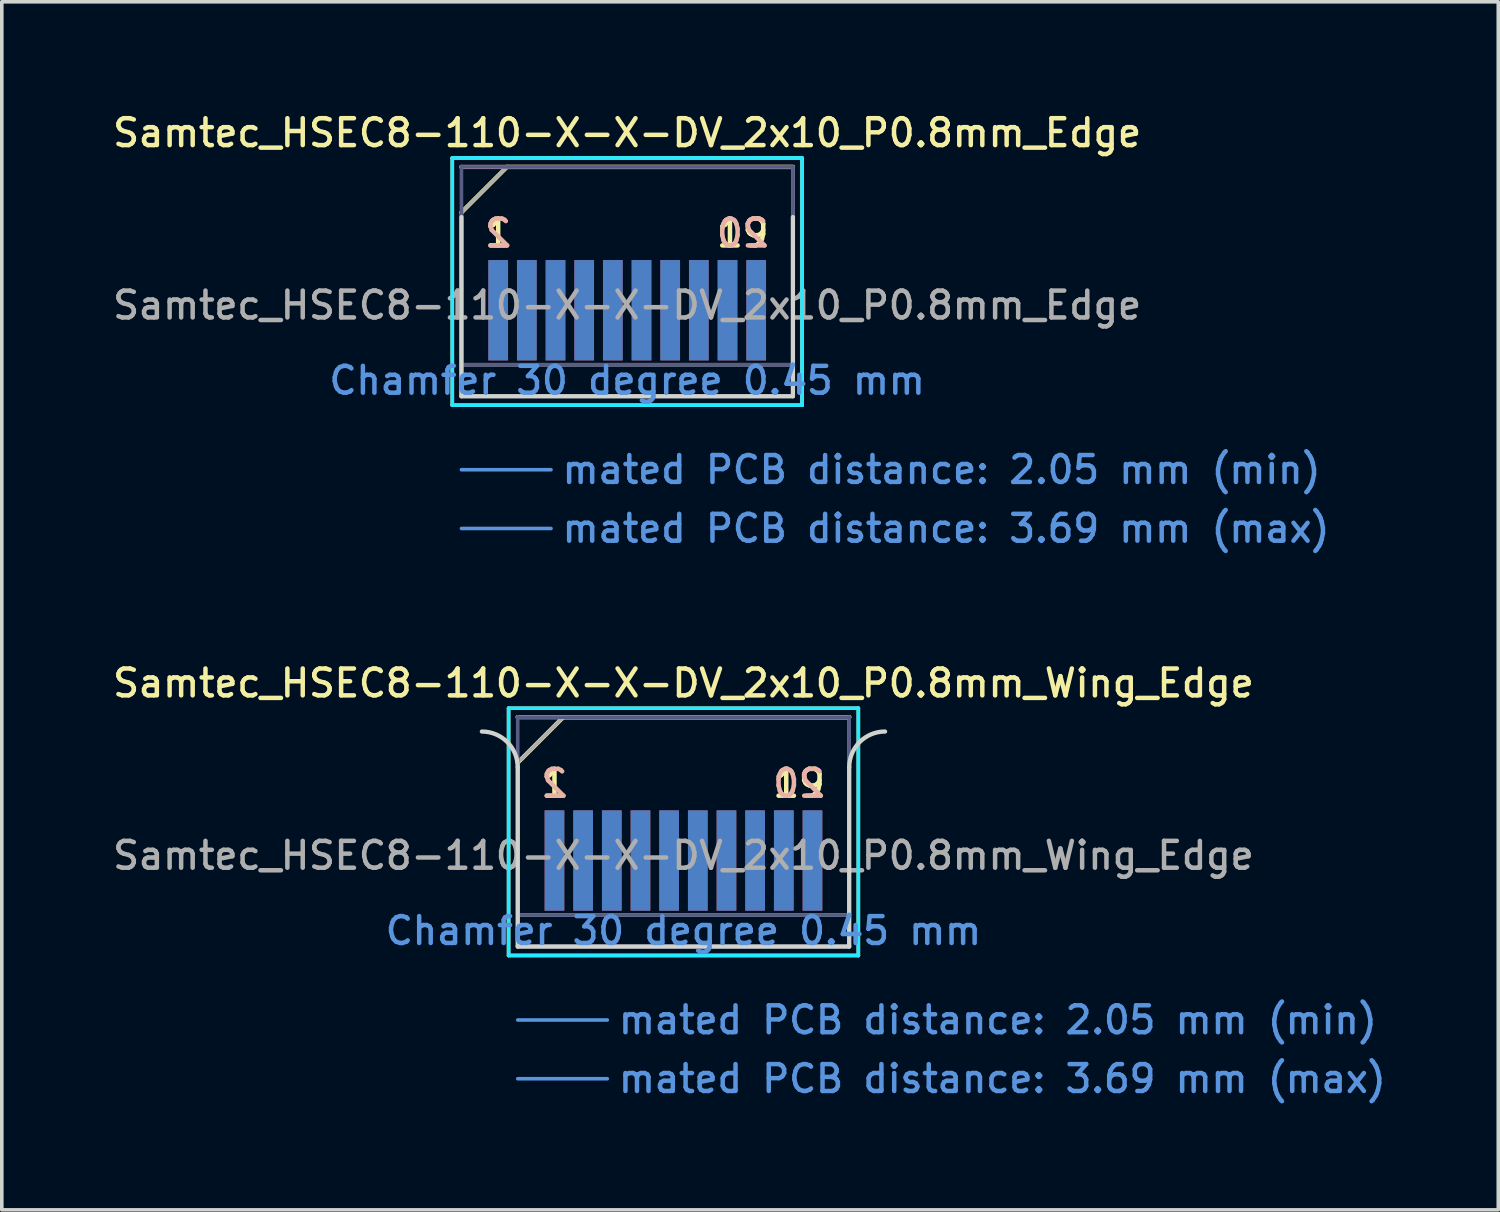
<source format=kicad_pcb>
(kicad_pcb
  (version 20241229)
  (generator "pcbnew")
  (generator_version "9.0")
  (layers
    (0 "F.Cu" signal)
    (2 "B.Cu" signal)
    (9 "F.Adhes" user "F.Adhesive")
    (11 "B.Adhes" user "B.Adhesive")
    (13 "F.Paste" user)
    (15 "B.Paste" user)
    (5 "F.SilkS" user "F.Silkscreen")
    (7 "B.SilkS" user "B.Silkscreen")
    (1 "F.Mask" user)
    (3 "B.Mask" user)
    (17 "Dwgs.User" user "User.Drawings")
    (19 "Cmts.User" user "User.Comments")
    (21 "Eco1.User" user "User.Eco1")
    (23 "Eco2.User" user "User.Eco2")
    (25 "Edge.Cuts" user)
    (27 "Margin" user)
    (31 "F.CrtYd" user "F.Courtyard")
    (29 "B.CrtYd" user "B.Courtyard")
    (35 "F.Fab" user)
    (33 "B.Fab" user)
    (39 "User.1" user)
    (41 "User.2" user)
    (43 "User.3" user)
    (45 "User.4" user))
  (footprint "Samtec_HSEC8-110-X-X-DV_2x10_P0.8mm_Edge"
    (layer "F.Cu")
    (at 14.452 8.008)
    (property "Reference" "Samtec_HSEC8-110-X-X-DV_2x10_P0.8mm_Edge" (at 0 -7.35 0) (layer "F.SilkS") (effects (font (size 0.75 0.75) (thickness 0.125))))
    (attr exclude_from_pos_files exclude_from_bom)
    (fp_line (start -4.88 -6.65) (end -4.88 0.25) (stroke (width 0.1) (type solid)) (layer "F.SilkS"))
    (fp_line (start -4.88 0.25) (end 4.88 0.25) (stroke (width 0.1) (type solid)) (layer "F.SilkS"))
    (fp_line (start -4.625 -5.13) (end -3.355 -6.4) (stroke (width 0.12) (type solid)) (layer "F.SilkS"))
    (fp_line (start -3.355 -6.4) (end 4.625 -6.4) (stroke (width 0.12) (type solid)) (layer "F.SilkS"))
    (fp_line (start 4.88 -6.65) (end -4.88 -6.65) (stroke (width 0.1) (type solid)) (layer "F.SilkS"))
    (fp_line (start 4.88 0.25) (end 4.88 -6.65) (stroke (width 0.1) (type solid)) (layer "F.SilkS"))
    (fp_line (start -4.625 -6.4) (end -4.625 -6.4) (stroke (width 0.12) (type solid)) (layer "B.SilkS"))
    (fp_line (start -4.625 -6.4) (end 4.625 -6.4) (stroke (width 0.12) (type solid)) (layer "B.SilkS"))
    (fp_line (start -4.625 2.05) (end -2.125 2.05) (stroke (width 0.1) (type solid)) (layer "Cmts.User"))
    (fp_line (start -4.625 3.69) (end -2.125 3.69) (stroke (width 0.1) (type solid)) (layer "Cmts.User"))
    (fp_line (start -4.625 -5) (end -4.625 0) (stroke (width 0.12) (type solid)) (layer "Edge.Cuts"))
    (fp_line (start -4.625 0) (end 4.625 0) (stroke (width 0.12) (type solid)) (layer "Edge.Cuts"))
    (fp_line (start 4.625 0) (end 4.625 -5) (stroke (width 0.12) (type solid)) (layer "Edge.Cuts"))
    (fp_line (start -4.88 -6.65) (end -4.88 0.25) (stroke (width 0.1) (type solid)) (layer "B.CrtYd"))
    (fp_line (start -4.88 0.25) (end 4.88 0.25) (stroke (width 0.1) (type solid)) (layer "B.CrtYd"))
    (fp_line (start 4.88 -6.65) (end -4.88 -6.65) (stroke (width 0.1) (type solid)) (layer "B.CrtYd"))
    (fp_line (start 4.88 0.25) (end 4.88 -6.65) (stroke (width 0.1) (type solid)) (layer "B.CrtYd"))
    (fp_line (start -4.625 -6.4) (end -4.625 -6.4) (stroke (width 0.1) (type solid)) (layer "B.Fab"))
    (fp_line (start -4.625 -6.4) (end -4.625 0) (stroke (width 0.1) (type solid)) (layer "B.Fab"))
    (fp_line (start -4.625 -6.4) (end 4.625 -6.4) (stroke (width 0.1) (type solid)) (layer "B.Fab"))
    (fp_line (start -4.625 -0.88) (end 4.625 -0.88) (stroke (width 0.1) (type solid)) (layer "B.Fab"))
    (fp_line (start -4.625 0) (end 4.625 0) (stroke (width 0.1) (type solid)) (layer "B.Fab"))
    (fp_line (start 4.625 -6.4) (end 4.625 0) (stroke (width 0.1) (type solid)) (layer "B.Fab"))
    (fp_line (start -4.625 -5.13) (end -4.625 0) (stroke (width 0.1) (type solid)) (layer "F.Fab"))
    (fp_line (start -4.625 -5.13) (end -3.355 -6.4) (stroke (width 0.1) (type solid)) (layer "F.Fab"))
    (fp_line (start -4.625 -0.88) (end 4.625 -0.88) (stroke (width 0.1) (type solid)) (layer "F.Fab"))
    (fp_line (start -4.625 0) (end 4.625 0) (stroke (width 0.1) (type solid)) (layer "F.Fab"))
    (fp_line (start -3.355 -6.4) (end 4.625 -6.4) (stroke (width 0.1) (type solid)) (layer "F.Fab"))
    (fp_line (start 4.625 -6.4) (end 4.625 0) (stroke (width 0.1) (type solid)) (layer "F.Fab"))
    (fp_text user "19" (at 3.225 -4.55 0) (layer "F.SilkS") (effects (font (size 0.75 0.75) (thickness 0.125))))
    (fp_text user "1" (at -3.6 -4.55 0) (layer "F.SilkS") (effects (font (size 0.75 0.75) (thickness 0.125))))
    (fp_text user "2" (at -3.6 -4.55 0) (layer "B.SilkS") (effects (font (size 0.75 0.75) (thickness 0.125)) (justify mirror)))
    (fp_text user "20" (at 3.225 -4.55 0) (layer "B.SilkS") (effects (font (size 0.75 0.75) (thickness 0.125)) (justify mirror)))
    (fp_text user "mated PCB distance: 2.05 mm (min)" (at -1.88 2.05 0) (layer "Cmts.User") (effects (font (size 0.75 0.75) (thickness 0.125)) (justify left)))
    (fp_text user "Chamfer 30 degree 0.45 mm" (at 0 -0.44 0) (layer "Cmts.User") (effects (font (size 0.75 0.75) (thickness 0.125))))
    (fp_text user "mated PCB distance: 3.69 mm (max)" (at -1.88 3.69 0) (layer "Cmts.User") (effects (font (size 0.75 0.75) (thickness 0.125)) (justify left)))
    (fp_text user "${REFERENCE}" (at 0 -2.54 0) (layer "F.Fab") (effects (font (size 0.75 0.75) (thickness 0.125))))
    (pad "1" connect rect (at -3.6 -2.4) (size 0.55 2.8) (layers "F.Cu" "F.Mask"))
    (pad "2" connect rect (at -3.6 -2.4) (size 0.55 2.8) (layers "B.Cu" "B.Mask"))
    (pad "3" connect rect (at -2.8 -2.4) (size 0.55 2.8) (layers "F.Cu" "F.Mask"))
    (pad "4" connect rect (at -2.8 -2.4) (size 0.55 2.8) (layers "B.Cu" "B.Mask"))
    (pad "5" connect rect (at -2 -2.4) (size 0.55 2.8) (layers "F.Cu" "F.Mask"))
    (pad "6" connect rect (at -2 -2.4) (size 0.55 2.8) (layers "B.Cu" "B.Mask"))
    (pad "7" connect rect (at -1.2 -2.4) (size 0.55 2.8) (layers "F.Cu" "F.Mask"))
    (pad "8" connect rect (at -1.2 -2.4) (size 0.55 2.8) (layers "B.Cu" "B.Mask"))
    (pad "9" connect rect (at -0.4 -2.4) (size 0.55 2.8) (layers "F.Cu" "F.Mask"))
    (pad "10" connect rect (at -0.4 -2.4) (size 0.55 2.8) (layers "B.Cu" "B.Mask"))
    (pad "11" connect rect (at 0.4 -2.4) (size 0.55 2.8) (layers "F.Cu" "F.Mask"))
    (pad "12" connect rect (at 0.4 -2.4) (size 0.55 2.8) (layers "B.Cu" "B.Mask"))
    (pad "13" connect rect (at 1.2 -2.4) (size 0.55 2.8) (layers "F.Cu" "F.Mask"))
    (pad "14" connect rect (at 1.2 -2.4) (size 0.55 2.8) (layers "B.Cu" "B.Mask"))
    (pad "15" connect rect (at 2 -2.4) (size 0.55 2.8) (layers "F.Cu" "F.Mask"))
    (pad "16" connect rect (at 2 -2.4) (size 0.55 2.8) (layers "B.Cu" "B.Mask"))
    (pad "17" connect rect (at 2.8 -2.4) (size 0.55 2.8) (layers "F.Cu" "F.Mask"))
    (pad "18" connect rect (at 2.8 -2.4) (size 0.55 2.8) (layers "B.Cu" "B.Mask"))
    (pad "19" connect rect (at 3.6 -2.4) (size 0.55 2.8) (layers "F.Cu" "F.Mask"))
    (pad "20" connect rect (at 3.6 -2.4) (size 0.55 2.8) (layers "B.Cu" "B.Mask")))
  (footprint "Samtec_HSEC8-110-X-X-DV_2x10_P0.8mm_Wing_Edge"
    (layer "F.Cu")
    (at 16.023 23.364)
    (property "Reference" "Samtec_HSEC8-110-X-X-DV_2x10_P0.8mm_Wing_Edge" (at 0 -7.35 0) (layer "F.SilkS") (effects (font (size 0.75 0.75) (thickness 0.125))))
    (attr exclude_from_pos_files exclude_from_bom)
    (fp_line (start -4.88 -6.65) (end -4.88 0.25) (stroke (width 0.1) (type solid)) (layer "F.SilkS"))
    (fp_line (start -4.88 0.25) (end 4.88 0.25) (stroke (width 0.1) (type solid)) (layer "F.SilkS"))
    (fp_line (start -4.625 -5.13) (end -3.355 -6.4) (stroke (width 0.12) (type solid)) (layer "F.SilkS"))
    (fp_line (start -3.355 -6.4) (end 4.625 -6.4) (stroke (width 0.12) (type solid)) (layer "F.SilkS"))
    (fp_line (start 4.88 -6.65) (end -4.88 -6.65) (stroke (width 0.1) (type solid)) (layer "F.SilkS"))
    (fp_line (start 4.88 0.25) (end 4.88 -6.65) (stroke (width 0.1) (type solid)) (layer "F.SilkS"))
    (fp_line (start -4.625 -6.4) (end -4.625 -6.4) (stroke (width 0.12) (type solid)) (layer "B.SilkS"))
    (fp_line (start -4.625 -6.4) (end 4.625 -6.4) (stroke (width 0.12) (type solid)) (layer "B.SilkS"))
    (fp_line (start -4.625 2.05) (end -2.125 2.05) (stroke (width 0.1) (type solid)) (layer "Cmts.User"))
    (fp_line (start -4.625 3.69) (end -2.125 3.69) (stroke (width 0.1) (type solid)) (layer "Cmts.User"))
    (fp_line (start -4.625 -5) (end -4.625 0) (stroke (width 0.12) (type solid)) (layer "Edge.Cuts"))
    (fp_line (start -4.625 0) (end 4.625 0) (stroke (width 0.12) (type solid)) (layer "Edge.Cuts"))
    (fp_line (start 4.625 0) (end 4.625 -5) (stroke (width 0.12) (type solid)) (layer "Edge.Cuts"))
    (fp_arc (start -5.625 -6) (mid -4.917893 -5.707107) (end -4.625 -5) (stroke (width 0.12) (type solid)) (layer "Edge.Cuts"))
    (fp_arc (start 4.625 -5) (mid 4.917893 -5.707107) (end 5.625 -6) (stroke (width 0.12) (type solid)) (layer "Edge.Cuts"))
    (fp_line (start -4.88 -6.65) (end -4.88 0.25) (stroke (width 0.1) (type solid)) (layer "B.CrtYd"))
    (fp_line (start -4.88 0.25) (end 4.88 0.25) (stroke (width 0.1) (type solid)) (layer "B.CrtYd"))
    (fp_line (start 4.88 -6.65) (end -4.88 -6.65) (stroke (width 0.1) (type solid)) (layer "B.CrtYd"))
    (fp_line (start 4.88 0.25) (end 4.88 -6.65) (stroke (width 0.1) (type solid)) (layer "B.CrtYd"))
    (fp_line (start -4.625 -6.4) (end -4.625 -6.4) (stroke (width 0.1) (type solid)) (layer "B.Fab"))
    (fp_line (start -4.625 -6.4) (end -4.625 0) (stroke (width 0.1) (type solid)) (layer "B.Fab"))
    (fp_line (start -4.625 -6.4) (end 4.625 -6.4) (stroke (width 0.1) (type solid)) (layer "B.Fab"))
    (fp_line (start -4.625 -0.88) (end 4.625 -0.88) (stroke (width 0.1) (type solid)) (layer "B.Fab"))
    (fp_line (start -4.625 0) (end 4.625 0) (stroke (width 0.1) (type solid)) (layer "B.Fab"))
    (fp_line (start 4.625 -6.4) (end 4.625 0) (stroke (width 0.1) (type solid)) (layer "B.Fab"))
    (fp_line (start -4.625 -5.13) (end -4.625 0) (stroke (width 0.1) (type solid)) (layer "F.Fab"))
    (fp_line (start -4.625 -5.13) (end -3.355 -6.4) (stroke (width 0.1) (type solid)) (layer "F.Fab"))
    (fp_line (start -4.625 -0.88) (end 4.625 -0.88) (stroke (width 0.1) (type solid)) (layer "F.Fab"))
    (fp_line (start -4.625 0) (end 4.625 0) (stroke (width 0.1) (type solid)) (layer "F.Fab"))
    (fp_line (start -3.355 -6.4) (end 4.625 -6.4) (stroke (width 0.1) (type solid)) (layer "F.Fab"))
    (fp_line (start 4.625 -6.4) (end 4.625 0) (stroke (width 0.1) (type solid)) (layer "F.Fab"))
    (fp_text user "19" (at 3.225 -4.55 0) (layer "F.SilkS") (effects (font (size 0.75 0.75) (thickness 0.125))))
    (fp_text user "1" (at -3.6 -4.55 0) (layer "F.SilkS") (effects (font (size 0.75 0.75) (thickness 0.125))))
    (fp_text user "20" (at 3.225 -4.55 0) (layer "B.SilkS") (effects (font (size 0.75 0.75) (thickness 0.125)) (justify mirror)))
    (fp_text user "2" (at -3.6 -4.55 0) (layer "B.SilkS") (effects (font (size 0.75 0.75) (thickness 0.125)) (justify mirror)))
    (fp_text user "Chamfer 30 degree 0.45 mm" (at 0 -0.44 0) (layer "Cmts.User") (effects (font (size 0.75 0.75) (thickness 0.125))))
    (fp_text user "mated PCB distance: 3.69 mm (max)" (at -1.88 3.69 0) (layer "Cmts.User") (effects (font (size 0.75 0.75) (thickness 0.125)) (justify left)))
    (fp_text user "mated PCB distance: 2.05 mm (min)" (at -1.88 2.05 0) (layer "Cmts.User") (effects (font (size 0.75 0.75) (thickness 0.125)) (justify left)))
    (fp_text user "${REFERENCE}" (at 0 -2.54 0) (layer "F.Fab") (effects (font (size 0.75 0.75) (thickness 0.125))))
    (pad "1" connect rect (at -3.6 -2.4) (size 0.55 2.8) (layers "F.Cu" "F.Mask"))
    (pad "2" connect rect (at -3.6 -2.4) (size 0.55 2.8) (layers "B.Cu" "B.Mask"))
    (pad "3" connect rect (at -2.8 -2.4) (size 0.55 2.8) (layers "F.Cu" "F.Mask"))
    (pad "4" connect rect (at -2.8 -2.4) (size 0.55 2.8) (layers "B.Cu" "B.Mask"))
    (pad "5" connect rect (at -2 -2.4) (size 0.55 2.8) (layers "F.Cu" "F.Mask"))
    (pad "6" connect rect (at -2 -2.4) (size 0.55 2.8) (layers "B.Cu" "B.Mask"))
    (pad "7" connect rect (at -1.2 -2.4) (size 0.55 2.8) (layers "F.Cu" "F.Mask"))
    (pad "8" connect rect (at -1.2 -2.4) (size 0.55 2.8) (layers "B.Cu" "B.Mask"))
    (pad "9" connect rect (at -0.4 -2.4) (size 0.55 2.8) (layers "F.Cu" "F.Mask"))
    (pad "10" connect rect (at -0.4 -2.4) (size 0.55 2.8) (layers "B.Cu" "B.Mask"))
    (pad "11" connect rect (at 0.4 -2.4) (size 0.55 2.8) (layers "F.Cu" "F.Mask"))
    (pad "12" connect rect (at 0.4 -2.4) (size 0.55 2.8) (layers "B.Cu" "B.Mask"))
    (pad "13" connect rect (at 1.2 -2.4) (size 0.55 2.8) (layers "F.Cu" "F.Mask"))
    (pad "14" connect rect (at 1.2 -2.4) (size 0.55 2.8) (layers "B.Cu" "B.Mask"))
    (pad "15" connect rect (at 2 -2.4) (size 0.55 2.8) (layers "F.Cu" "F.Mask"))
    (pad "16" connect rect (at 2 -2.4) (size 0.55 2.8) (layers "B.Cu" "B.Mask"))
    (pad "17" connect rect (at 2.8 -2.4) (size 0.55 2.8) (layers "F.Cu" "F.Mask"))
    (pad "18" connect rect (at 2.8 -2.4) (size 0.55 2.8) (layers "B.Cu" "B.Mask"))
    (pad "19" connect rect (at 3.6 -2.4) (size 0.55 2.8) (layers "F.Cu" "F.Mask"))
    (pad "20" connect rect (at 3.6 -2.4) (size 0.55 2.8) (layers "B.Cu" "B.Mask")))
  (gr_rect
    (start -3 -3)
    (end 38.761 30.712)
    (stroke (width 0.1) (type default))
    (fill no)
    (layer "Edge.Cuts")))
</source>
